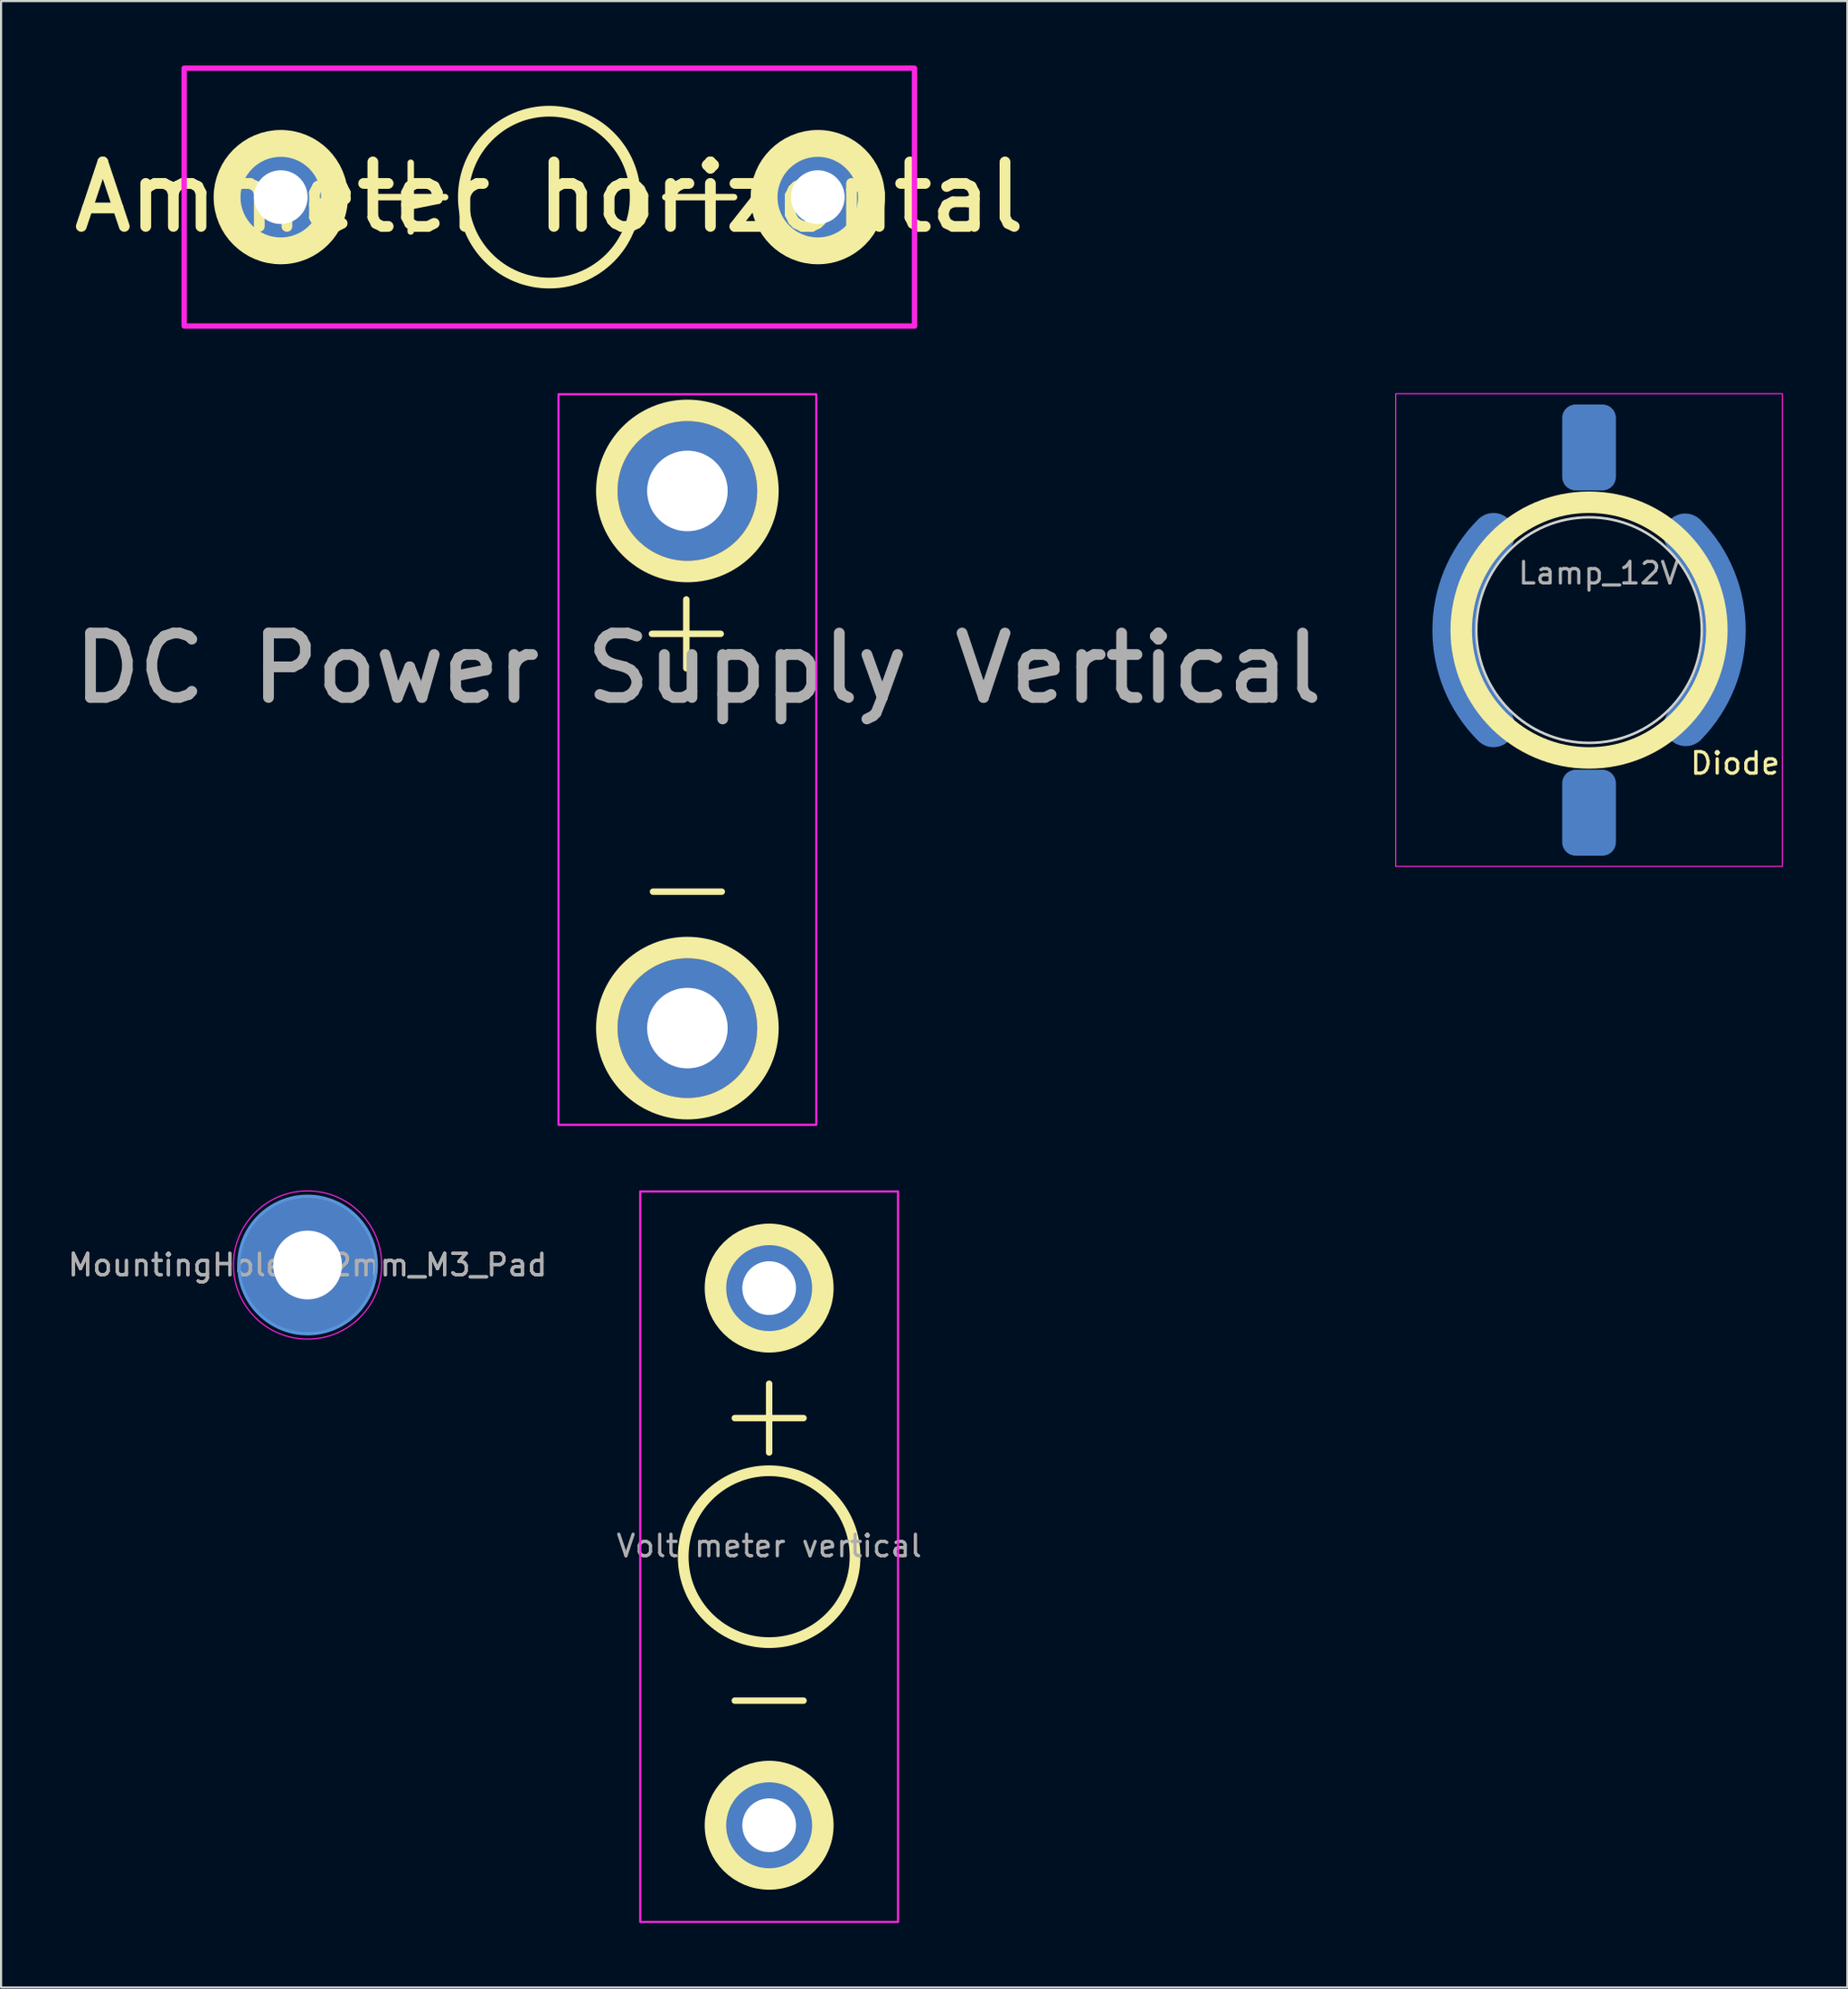
<source format=kicad_pcb>
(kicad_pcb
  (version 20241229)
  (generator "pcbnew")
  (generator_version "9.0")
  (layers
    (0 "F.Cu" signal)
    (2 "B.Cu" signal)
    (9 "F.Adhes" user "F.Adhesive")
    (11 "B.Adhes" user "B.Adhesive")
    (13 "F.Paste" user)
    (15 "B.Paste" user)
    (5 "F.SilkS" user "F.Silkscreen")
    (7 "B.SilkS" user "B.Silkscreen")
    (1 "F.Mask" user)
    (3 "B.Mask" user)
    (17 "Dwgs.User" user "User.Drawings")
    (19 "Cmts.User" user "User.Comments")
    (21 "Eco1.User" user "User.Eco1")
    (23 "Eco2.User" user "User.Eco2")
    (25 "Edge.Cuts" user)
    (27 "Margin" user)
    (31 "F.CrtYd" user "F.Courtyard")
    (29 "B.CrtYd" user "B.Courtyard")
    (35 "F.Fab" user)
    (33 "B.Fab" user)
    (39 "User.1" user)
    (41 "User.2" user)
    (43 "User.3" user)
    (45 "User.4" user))
  (footprint "Lamp_12V"
    (layer "F.Cu")
    (at 70.925 26.275)
    (property "Reference" "Lamp_12V" (at 0.45 -2.65 0) (unlocked yes) (layer "F.Fab") (effects (font (size 1 1) (thickness 0.15))))
    (property "Description" "Diode" (at 6.8 6.2 0) (unlocked yes) (layer "F.SilkS") (effects (font (size 1 1) (thickness 0.15))))
    (attr smd)
    (fp_arc (start -4.449999 4.449999) (mid -6.29325 0) (end -4.449999 -4.449999) (stroke (width 2) (type default)) (layer "B.Cu"))
    (fp_arc (start 4.475637 -4.424779) (mid 6.293623 -0.017375) (end 4.5 4.4) (stroke (width 2) (type default)) (layer "B.Cu"))
    (fp_arc (start -4.45 4.4) (mid -6.25797 -0.017678) (end -4.42507 -4.42507) (stroke (width 2) (type default)) (layer "B.Mask"))
    (fp_arc (start 4.45028 -4.45028) (mid 6.293547 -0.035356) (end 4.5 4.4) (stroke (width 2) (type default)) (layer "B.Mask"))
    (fp_circle (center 0 0) (end 5.95 0) (stroke (width 1) (type default)) (fill no) (layer "F.SilkS"))
    (fp_circle (center 0 0) (end 5.25 0) (stroke (width 0.12) (type default)) (fill no) (layer "Edge.Cuts"))
    (fp_rect (start -9 -11) (end 9 11) (stroke (width 0.05) (type default)) (fill no) (layer "F.CrtYd"))
    (pad "1" smd roundrect (at 0 8.5 180) (size 2.5 4) (layers "B.Cu" "B.Mask" "B.Paste") (roundrect_rratio 0.25))
    (pad "2" smd roundrect (at 0 -8.5 180) (size 2.5 4) (layers "B.Cu" "B.Mask" "B.Paste") (roundrect_rratio 0.25)))
  (footprint "MountingHole_3.2mm_M3_Pad"
    (layer "F.Cu")
    (at 11.268 55.825)
    (property "Reference" "MountingHole_3.2mm_M3_Pad" (at 0 0 0) (layer "F.Fab") (effects (font (size 1 1) (thickness 0.15))))
    (attr exclude_from_pos_files exclude_from_bom)
    (fp_circle (center 0 0) (end 3.2 0) (stroke (width 0.15) (type solid)) (fill no) (layer "Cmts.User"))
    (fp_circle (center 0 0) (end 3.45 0) (stroke (width 0.05) (type solid)) (fill no) (layer "F.CrtYd"))
    (fp_text user "${REFERENCE}" (at 0 0 0) (layer "F.Fab") (effects (font (size 1 1) (thickness 0.15))))
    (pad "1" thru_hole circle (at 0 0) (size 6.4 6.4) (drill 3.2) (layers "*.Cu" "*.Mask")))
  (footprint "Volt meter vertical"
    (layer "F.Cu")
    (at 32.756 69.4)
    (property "Reference" "Volt meter vertical" (at 0 -0.5 0) (unlocked yes) (layer "F.Fab") (effects (font (size 1 1) (thickness 0.15))))
    (attr smd exclude_from_bom)
    (fp_line (start -1.6 -6.45) (end 1.6 -6.45) (stroke (width 0.3) (type default)) (layer "F.SilkS"))
    (fp_line (start -1.6 6.7) (end 1.6 6.7) (stroke (width 0.3) (type default)) (layer "F.SilkS"))
    (fp_line (start 0 -4.85) (end 0 -8.05) (stroke (width 0.3) (type default)) (layer "F.SilkS"))
    (fp_circle (center 0 -12.5) (end -2.5 -12.5) (stroke (width 1) (type default)) (fill no) (layer "F.SilkS"))
    (fp_circle (center 0 0) (end 4 0) (stroke (width 0.5) (type default)) (fill no) (layer "F.SilkS"))
    (fp_circle (center 0 12.5) (end -2.5 12.5) (stroke (width 1) (type default)) (fill no) (layer "F.SilkS"))
    (fp_rect (start -6 -17) (end 6 17) (stroke (width 0.1) (type default)) (fill no) (layer "F.CrtYd"))
    (pad "1" thru_hole circle (at 0 12.5 180) (size 4.8 4.8) (drill 2.5) (layers "*.Cu" "*.Mask"))
    (pad "2" thru_hole circle (at 0 -12.5 180) (size 4.8 4.8) (drill 2.5) (layers "*.Cu" "*.Mask")))
  (footprint "Ammeter horizontal"
    (layer "F.Cu")
    (at 22.521 6.125)
    (property "Reference" "Ammeter horizontal" (at 0 0 0) (unlocked yes) (layer "F.SilkS") (effects (font (size 3 3) (thickness 0.5))))
    (attr smd exclude_from_bom)
    (fp_line (start -6.45 1.6) (end -6.45 -1.6) (stroke (width 0.3) (type default)) (layer "F.SilkS"))
    (fp_line (start -4.85 0) (end -8.05 0) (stroke (width 0.3) (type default)) (layer "F.SilkS"))
    (fp_line (start 8.6 0) (end 5.4 0) (stroke (width 0.3) (type default)) (layer "F.SilkS"))
    (fp_circle (center -12.5 0) (end -12.5 2.5) (stroke (width 1.25) (type default)) (fill no) (layer "F.SilkS"))
    (fp_circle (center 0 0) (end 4 0) (stroke (width 0.5) (type default)) (fill no) (layer "F.SilkS"))
    (fp_circle (center 12.5 0) (end 12.5 2.5) (stroke (width 1.25) (type default)) (fill no) (layer "F.SilkS"))
    (fp_rect (start -17 -6) (end 17 6) (stroke (width 0.25) (type default)) (fill no) (layer "F.CrtYd"))
    (pad "1" thru_hole circle (at 12.5 0 270) (size 4.8 4.8) (drill 2.5) (layers "*.Cu" "*.Mask"))
    (pad "2" thru_hole circle (at -12.5 0 270) (size 4.8 4.8) (drill 2.5) (layers "*.Cu" "*.Mask")))
  (footprint "DC Power Supply Vertical"
    (layer "F.Cu")
    (at 28.95 32.3)
    (property "Reference" "DC Power Supply Vertical" (at 0.5 -4.25 0) (unlocked yes) (layer "F.Fab") (effects (font (size 3 3) (thickness 0.5))))
    (attr smd exclude_from_bom)
    (fp_line (start -1.65 -5.85) (end 1.55 -5.85) (stroke (width 0.3) (type default)) (layer "F.SilkS"))
    (fp_line (start -1.6 6.15) (end 1.6 6.15) (stroke (width 0.3) (type default)) (layer "F.SilkS"))
    (fp_line (start -0.05 -4.25) (end -0.05 -7.45) (stroke (width 0.3) (type default)) (layer "F.SilkS"))
    (fp_circle (center 0 -12.5) (end 3.75 -12.5) (stroke (width 1) (type default)) (fill no) (layer "F.SilkS"))
    (fp_circle (center 0 12.5) (end 3.75 12.5) (stroke (width 1) (type default)) (fill no) (layer "F.SilkS"))
    (fp_rect (start -6 -17) (end 6 17) (stroke (width 0.1) (type default)) (fill no) (layer "F.CrtYd"))
    (pad "1" thru_hole circle (at 0 -12.5) (size 6.5 6.5) (drill 3.75) (layers "*.Cu" "*.Mask"))
    (pad "2" thru_hole circle (at 0 12.5) (size 6.5 6.5) (drill 3.75) (layers "*.Cu" "*.Mask")))
  (gr_rect
    (start -3 -3)
    (end 82.95 89.45)
    (stroke (width 0.1) (type default))
    (fill no)
    (layer "Edge.Cuts")))
</source>
